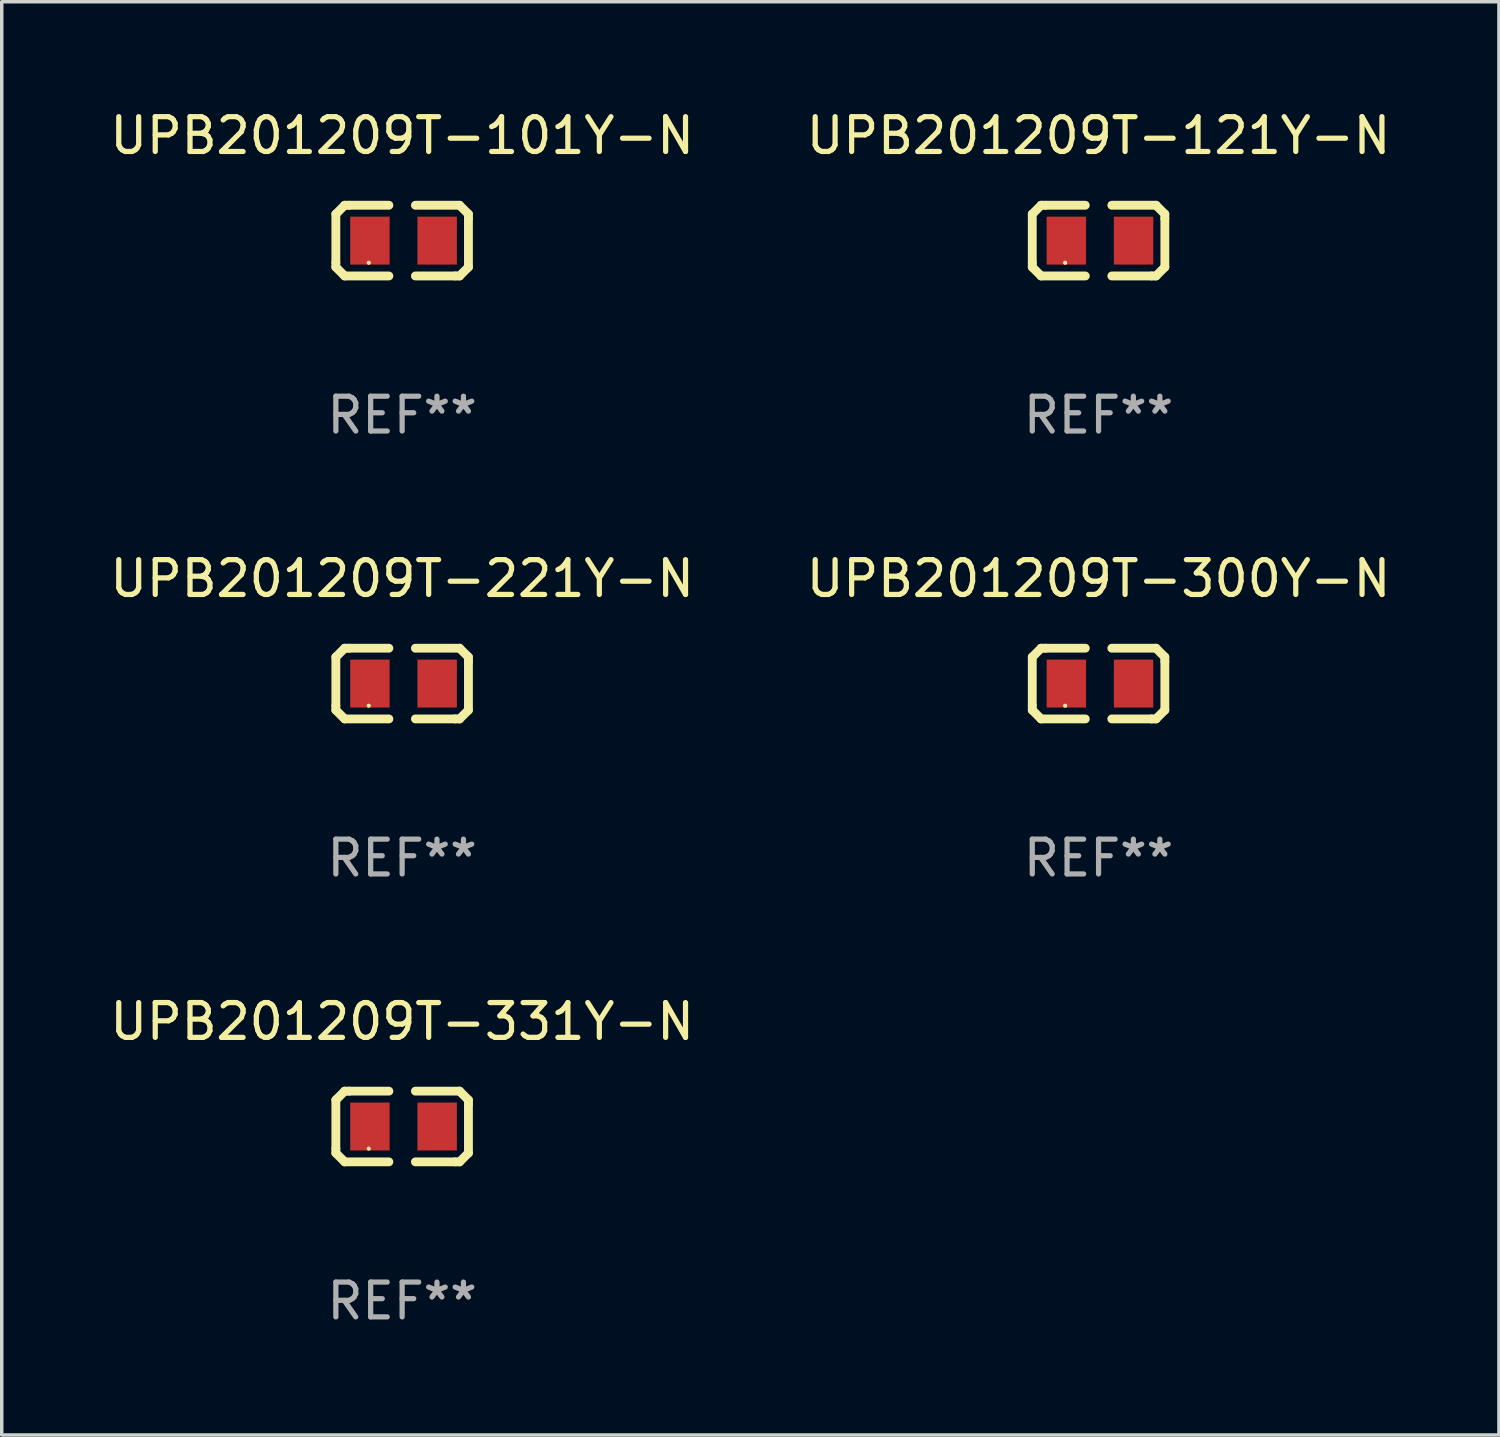
<source format=kicad_pcb>
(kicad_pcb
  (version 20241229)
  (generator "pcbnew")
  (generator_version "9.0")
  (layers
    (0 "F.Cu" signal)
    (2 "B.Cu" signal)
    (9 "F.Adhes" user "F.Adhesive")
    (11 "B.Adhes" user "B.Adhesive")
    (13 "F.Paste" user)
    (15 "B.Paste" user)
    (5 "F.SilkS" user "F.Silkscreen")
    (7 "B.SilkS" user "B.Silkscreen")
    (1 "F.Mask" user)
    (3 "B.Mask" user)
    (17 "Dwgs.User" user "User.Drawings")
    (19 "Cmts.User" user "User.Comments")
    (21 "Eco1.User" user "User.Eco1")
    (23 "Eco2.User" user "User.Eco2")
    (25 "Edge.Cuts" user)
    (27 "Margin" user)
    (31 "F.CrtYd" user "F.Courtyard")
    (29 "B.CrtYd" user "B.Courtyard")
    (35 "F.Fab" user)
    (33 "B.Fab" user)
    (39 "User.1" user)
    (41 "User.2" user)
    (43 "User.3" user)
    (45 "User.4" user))
  (footprint "UPB201209T-221Y-N"
    (layer "F.Cu")
    (at 8.506 16.593)
    (property "Reference" "UPB201209T-221Y-N" (at 0 -3.016 0) (layer "F.SilkS") (effects (font (size 1 1) (thickness 0.15))))
    (attr through_hole)
    (fp_line (start -1.905 -0.762) (end -1.905 0.635) (stroke (width 0.254) (type solid)) (layer "F.SilkS"))
    (fp_line (start -1.905 0.635) (end -1.905 0.762) (stroke (width 0.254) (type solid)) (layer "F.SilkS"))
    (fp_line (start -1.905 0.762) (end -1.651 1.016) (stroke (width 0.254) (type solid)) (layer "F.SilkS"))
    (fp_line (start -1.651 -1.016) (end -1.905 -0.762) (stroke (width 0.254) (type solid)) (layer "F.SilkS"))
    (fp_line (start -1.651 1.016) (end -0.381 1.016) (stroke (width 0.254) (type solid)) (layer "F.SilkS"))
    (fp_line (start -1.524 -1.016) (end -1.651 -1.016) (stroke (width 0.254) (type solid)) (layer "F.SilkS"))
    (fp_line (start -0.381 -1.016) (end -1.524 -1.016) (stroke (width 0.254) (type solid)) (layer "F.SilkS"))
    (fp_line (start 0.381 1.016) (end 1.524 1.016) (stroke (width 0.254) (type solid)) (layer "F.SilkS"))
    (fp_line (start 1.524 1.016) (end 1.651 1.016) (stroke (width 0.254) (type solid)) (layer "F.SilkS"))
    (fp_line (start 1.651 -1.016) (end 0.381 -1.016) (stroke (width 0.254) (type solid)) (layer "F.SilkS"))
    (fp_line (start 1.651 1.016) (end 1.905 0.762) (stroke (width 0.254) (type solid)) (layer "F.SilkS"))
    (fp_line (start 1.905 -0.762) (end 1.651 -1.016) (stroke (width 0.254) (type solid)) (layer "F.SilkS"))
    (fp_line (start 1.905 -0.635) (end 1.905 -0.762) (stroke (width 0.254) (type solid)) (layer "F.SilkS"))
    (fp_line (start 1.905 0.762) (end 1.905 -0.635) (stroke (width 0.254) (type solid)) (layer "F.SilkS"))
    (fp_circle (center -0.96 0.637) (end -0.93 0.637) (stroke (width 0.06) (type solid)) (fill no) (layer "F.SilkS"))
    (fp_text user "REF**" (at 0 5.016 0) (layer "F.Fab") (effects (font (size 1 1) (thickness 0.15))))
    (pad "1" smd rect (at -0.926 -0.000051) (size 1.133 1.377) (layers "F.Cu" "F.Mask" "F.Paste"))
    (pad "2" smd rect (at 1.006 -0.000051) (size 1.133 1.377) (layers "F.Cu" "F.Mask" "F.Paste")))
  (footprint "UPB201209T-300Y-N"
    (layer "F.Cu")
    (at 28.518 16.593)
    (property "Reference" "UPB201209T-300Y-N" (at 0 -3.016 0) (layer "F.SilkS") (effects (font (size 1 1) (thickness 0.15))))
    (attr through_hole)
    (fp_line (start -1.905 -0.762) (end -1.905 0.635) (stroke (width 0.254) (type solid)) (layer "F.SilkS"))
    (fp_line (start -1.905 0.635) (end -1.905 0.762) (stroke (width 0.254) (type solid)) (layer "F.SilkS"))
    (fp_line (start -1.905 0.762) (end -1.651 1.016) (stroke (width 0.254) (type solid)) (layer "F.SilkS"))
    (fp_line (start -1.651 -1.016) (end -1.905 -0.762) (stroke (width 0.254) (type solid)) (layer "F.SilkS"))
    (fp_line (start -1.651 1.016) (end -0.381 1.016) (stroke (width 0.254) (type solid)) (layer "F.SilkS"))
    (fp_line (start -1.524 -1.016) (end -1.651 -1.016) (stroke (width 0.254) (type solid)) (layer "F.SilkS"))
    (fp_line (start -0.381 -1.016) (end -1.524 -1.016) (stroke (width 0.254) (type solid)) (layer "F.SilkS"))
    (fp_line (start 0.381 1.016) (end 1.524 1.016) (stroke (width 0.254) (type solid)) (layer "F.SilkS"))
    (fp_line (start 1.524 1.016) (end 1.651 1.016) (stroke (width 0.254) (type solid)) (layer "F.SilkS"))
    (fp_line (start 1.651 -1.016) (end 0.381 -1.016) (stroke (width 0.254) (type solid)) (layer "F.SilkS"))
    (fp_line (start 1.651 1.016) (end 1.905 0.762) (stroke (width 0.254) (type solid)) (layer "F.SilkS"))
    (fp_line (start 1.905 -0.762) (end 1.651 -1.016) (stroke (width 0.254) (type solid)) (layer "F.SilkS"))
    (fp_line (start 1.905 -0.635) (end 1.905 -0.762) (stroke (width 0.254) (type solid)) (layer "F.SilkS"))
    (fp_line (start 1.905 0.762) (end 1.905 -0.635) (stroke (width 0.254) (type solid)) (layer "F.SilkS"))
    (fp_circle (center -0.96 0.637) (end -0.93 0.637) (stroke (width 0.06) (type solid)) (fill no) (layer "F.SilkS"))
    (fp_text user "REF**" (at 0 5.016 0) (layer "F.Fab") (effects (font (size 1 1) (thickness 0.15))))
    (pad "1" smd rect (at -0.926 -0.000051) (size 1.133 1.377) (layers "F.Cu" "F.Mask" "F.Paste"))
    (pad "2" smd rect (at 1.006 -0.000051) (size 1.133 1.377) (layers "F.Cu" "F.Mask" "F.Paste")))
  (footprint "UPB201209T-121Y-N"
    (layer "F.Cu")
    (at 28.518 3.864)
    (property "Reference" "UPB201209T-121Y-N" (at 0 -3.016 0) (layer "F.SilkS") (effects (font (size 1 1) (thickness 0.15))))
    (attr through_hole)
    (fp_line (start -1.905 -0.762) (end -1.905 0.635) (stroke (width 0.254) (type solid)) (layer "F.SilkS"))
    (fp_line (start -1.905 0.635) (end -1.905 0.762) (stroke (width 0.254) (type solid)) (layer "F.SilkS"))
    (fp_line (start -1.905 0.762) (end -1.651 1.016) (stroke (width 0.254) (type solid)) (layer "F.SilkS"))
    (fp_line (start -1.651 -1.016) (end -1.905 -0.762) (stroke (width 0.254) (type solid)) (layer "F.SilkS"))
    (fp_line (start -1.651 1.016) (end -0.381 1.016) (stroke (width 0.254) (type solid)) (layer "F.SilkS"))
    (fp_line (start -1.524 -1.016) (end -1.651 -1.016) (stroke (width 0.254) (type solid)) (layer "F.SilkS"))
    (fp_line (start -0.381 -1.016) (end -1.524 -1.016) (stroke (width 0.254) (type solid)) (layer "F.SilkS"))
    (fp_line (start 0.381 1.016) (end 1.524 1.016) (stroke (width 0.254) (type solid)) (layer "F.SilkS"))
    (fp_line (start 1.524 1.016) (end 1.651 1.016) (stroke (width 0.254) (type solid)) (layer "F.SilkS"))
    (fp_line (start 1.651 -1.016) (end 0.381 -1.016) (stroke (width 0.254) (type solid)) (layer "F.SilkS"))
    (fp_line (start 1.651 1.016) (end 1.905 0.762) (stroke (width 0.254) (type solid)) (layer "F.SilkS"))
    (fp_line (start 1.905 -0.762) (end 1.651 -1.016) (stroke (width 0.254) (type solid)) (layer "F.SilkS"))
    (fp_line (start 1.905 -0.635) (end 1.905 -0.762) (stroke (width 0.254) (type solid)) (layer "F.SilkS"))
    (fp_line (start 1.905 0.762) (end 1.905 -0.635) (stroke (width 0.254) (type solid)) (layer "F.SilkS"))
    (fp_circle (center -0.96 0.637) (end -0.93 0.637) (stroke (width 0.06) (type solid)) (fill no) (layer "F.SilkS"))
    (fp_text user "REF**" (at 0 5.016 0) (layer "F.Fab") (effects (font (size 1 1) (thickness 0.15))))
    (pad "1" smd rect (at -0.926 -0.000051) (size 1.133 1.377) (layers "F.Cu" "F.Mask" "F.Paste"))
    (pad "2" smd rect (at 1.006 -0.000051) (size 1.133 1.377) (layers "F.Cu" "F.Mask" "F.Paste")))
  (footprint "UPB201209T-101Y-N"
    (layer "F.Cu")
    (at 8.506 3.864)
    (property "Reference" "UPB201209T-101Y-N" (at 0 -3.016 0) (layer "F.SilkS") (effects (font (size 1 1) (thickness 0.15))))
    (attr through_hole)
    (fp_line (start -1.905 -0.762) (end -1.905 0.635) (stroke (width 0.254) (type solid)) (layer "F.SilkS"))
    (fp_line (start -1.905 0.635) (end -1.905 0.762) (stroke (width 0.254) (type solid)) (layer "F.SilkS"))
    (fp_line (start -1.905 0.762) (end -1.651 1.016) (stroke (width 0.254) (type solid)) (layer "F.SilkS"))
    (fp_line (start -1.651 -1.016) (end -1.905 -0.762) (stroke (width 0.254) (type solid)) (layer "F.SilkS"))
    (fp_line (start -1.651 1.016) (end -0.381 1.016) (stroke (width 0.254) (type solid)) (layer "F.SilkS"))
    (fp_line (start -1.524 -1.016) (end -1.651 -1.016) (stroke (width 0.254) (type solid)) (layer "F.SilkS"))
    (fp_line (start -0.381 -1.016) (end -1.524 -1.016) (stroke (width 0.254) (type solid)) (layer "F.SilkS"))
    (fp_line (start 0.381 1.016) (end 1.524 1.016) (stroke (width 0.254) (type solid)) (layer "F.SilkS"))
    (fp_line (start 1.524 1.016) (end 1.651 1.016) (stroke (width 0.254) (type solid)) (layer "F.SilkS"))
    (fp_line (start 1.651 -1.016) (end 0.381 -1.016) (stroke (width 0.254) (type solid)) (layer "F.SilkS"))
    (fp_line (start 1.651 1.016) (end 1.905 0.762) (stroke (width 0.254) (type solid)) (layer "F.SilkS"))
    (fp_line (start 1.905 -0.762) (end 1.651 -1.016) (stroke (width 0.254) (type solid)) (layer "F.SilkS"))
    (fp_line (start 1.905 -0.635) (end 1.905 -0.762) (stroke (width 0.254) (type solid)) (layer "F.SilkS"))
    (fp_line (start 1.905 0.762) (end 1.905 -0.635) (stroke (width 0.254) (type solid)) (layer "F.SilkS"))
    (fp_circle (center -0.96 0.637) (end -0.93 0.637) (stroke (width 0.06) (type solid)) (fill no) (layer "F.SilkS"))
    (fp_text user "REF**" (at 0 5.016 0) (layer "F.Fab") (effects (font (size 1 1) (thickness 0.15))))
    (pad "1" smd rect (at -0.926 -0.000051) (size 1.133 1.377) (layers "F.Cu" "F.Mask" "F.Paste"))
    (pad "2" smd rect (at 1.006 -0.000051) (size 1.133 1.377) (layers "F.Cu" "F.Mask" "F.Paste")))
  (footprint "UPB201209T-331Y-N"
    (layer "F.Cu")
    (at 8.506 29.321)
    (property "Reference" "UPB201209T-331Y-N" (at 0 -3.016 0) (layer "F.SilkS") (effects (font (size 1 1) (thickness 0.15))))
    (attr through_hole)
    (fp_line (start -1.905 -0.762) (end -1.905 0.635) (stroke (width 0.254) (type solid)) (layer "F.SilkS"))
    (fp_line (start -1.905 0.635) (end -1.905 0.762) (stroke (width 0.254) (type solid)) (layer "F.SilkS"))
    (fp_line (start -1.905 0.762) (end -1.651 1.016) (stroke (width 0.254) (type solid)) (layer "F.SilkS"))
    (fp_line (start -1.651 -1.016) (end -1.905 -0.762) (stroke (width 0.254) (type solid)) (layer "F.SilkS"))
    (fp_line (start -1.651 1.016) (end -0.381 1.016) (stroke (width 0.254) (type solid)) (layer "F.SilkS"))
    (fp_line (start -1.524 -1.016) (end -1.651 -1.016) (stroke (width 0.254) (type solid)) (layer "F.SilkS"))
    (fp_line (start -0.381 -1.016) (end -1.524 -1.016) (stroke (width 0.254) (type solid)) (layer "F.SilkS"))
    (fp_line (start 0.381 1.016) (end 1.524 1.016) (stroke (width 0.254) (type solid)) (layer "F.SilkS"))
    (fp_line (start 1.524 1.016) (end 1.651 1.016) (stroke (width 0.254) (type solid)) (layer "F.SilkS"))
    (fp_line (start 1.651 -1.016) (end 0.381 -1.016) (stroke (width 0.254) (type solid)) (layer "F.SilkS"))
    (fp_line (start 1.651 1.016) (end 1.905 0.762) (stroke (width 0.254) (type solid)) (layer "F.SilkS"))
    (fp_line (start 1.905 -0.762) (end 1.651 -1.016) (stroke (width 0.254) (type solid)) (layer "F.SilkS"))
    (fp_line (start 1.905 -0.635) (end 1.905 -0.762) (stroke (width 0.254) (type solid)) (layer "F.SilkS"))
    (fp_line (start 1.905 0.762) (end 1.905 -0.635) (stroke (width 0.254) (type solid)) (layer "F.SilkS"))
    (fp_circle (center -0.96 0.637) (end -0.93 0.637) (stroke (width 0.06) (type solid)) (fill no) (layer "F.SilkS"))
    (fp_text user "REF**" (at 0 5.016 0) (layer "F.Fab") (effects (font (size 1 1) (thickness 0.15))))
    (pad "1" smd rect (at -0.926 -0.000051) (size 1.133 1.377) (layers "F.Cu" "F.Mask" "F.Paste"))
    (pad "2" smd rect (at 1.006 -0.000051) (size 1.133 1.377) (layers "F.Cu" "F.Mask" "F.Paste")))
  (gr_rect
    (start -3 -3)
    (end 40.024 38.186)
    (stroke (width 0.1) (type default))
    (fill no)
    (layer "Edge.Cuts")))
</source>
